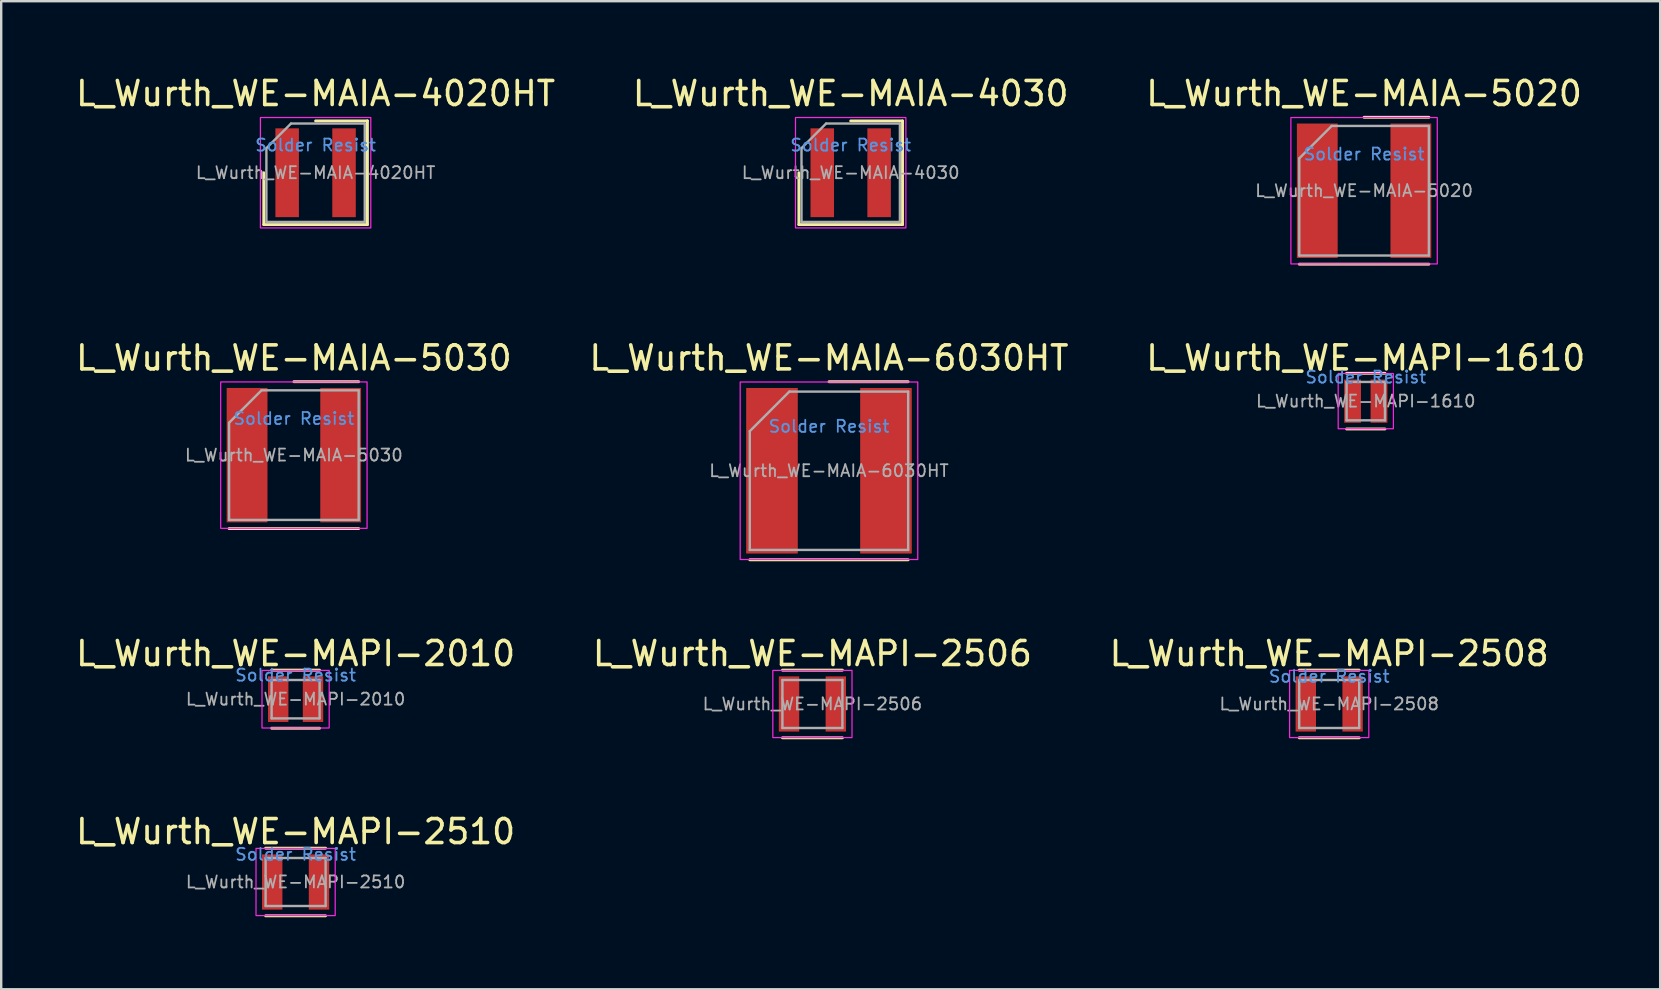
<source format=kicad_pcb>
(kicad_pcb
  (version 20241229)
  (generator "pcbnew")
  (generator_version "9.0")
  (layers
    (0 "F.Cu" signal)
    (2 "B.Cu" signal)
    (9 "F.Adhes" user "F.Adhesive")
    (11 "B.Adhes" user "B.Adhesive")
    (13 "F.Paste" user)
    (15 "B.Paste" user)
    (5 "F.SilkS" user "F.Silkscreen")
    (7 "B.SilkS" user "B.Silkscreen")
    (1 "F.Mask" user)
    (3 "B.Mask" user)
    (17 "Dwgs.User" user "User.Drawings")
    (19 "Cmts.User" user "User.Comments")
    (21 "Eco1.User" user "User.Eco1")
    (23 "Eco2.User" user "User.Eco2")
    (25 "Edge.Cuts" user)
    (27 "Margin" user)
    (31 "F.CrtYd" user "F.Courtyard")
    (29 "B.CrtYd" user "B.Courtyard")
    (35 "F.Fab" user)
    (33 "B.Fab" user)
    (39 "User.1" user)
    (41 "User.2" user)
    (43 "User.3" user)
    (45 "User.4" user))
  (footprint "L_Wurth_WE-MAIA-6030HT"
    (layer "F.Cu")
    (at 31.494 16.567)
    (property "Reference" "L_Wurth_WE-MAIA-6030HT" (at 0 -4.7 0) (unlocked yes) (layer "F.SilkS") (effects (font (size 1 1) (thickness 0.15))))
    (attr smd)
    (fp_line (start -3.3 3.71) (end 3.3 3.71) (stroke (width 0.12) (type solid)) (layer "F.SilkS"))
    (fp_line (start 0 -3.71) (end 3.3 -3.71) (stroke (width 0.12) (type solid)) (layer "F.SilkS"))
    (fp_rect (start -3.7 -3.7) (end 3.7 3.7) (stroke (width 0.05) (type solid)) (fill no) (layer "F.CrtYd"))
    (fp_line (start -3.3 -1.65) (end -3.3 3.3) (stroke (width 0.1) (type solid)) (layer "F.Fab"))
    (fp_line (start -3.3 3.3) (end 3.3 3.3) (stroke (width 0.1) (type solid)) (layer "F.Fab"))
    (fp_line (start -1.65 -3.3) (end -3.3 -1.65) (stroke (width 0.1) (type solid)) (layer "F.Fab"))
    (fp_line (start 3.3 -3.3) (end -1.65 -3.3) (stroke (width 0.1) (type solid)) (layer "F.Fab"))
    (fp_line (start 3.3 3.3) (end 3.3 -3.3) (stroke (width 0.1) (type solid)) (layer "F.Fab"))
    (fp_text user "Solder Resist" (at 0 -1.85 0) (unlocked yes) (layer "Cmts.User") (effects (font (size 0.5 0.5) (thickness 0.075))))
    (fp_text user "${REFERENCE}" (at 0 0 0) (unlocked yes) (layer "F.Fab") (effects (font (size 0.5 0.5) (thickness 0.075))))
    (pad "1" smd rect (at -2.375 0) (size 2.15 6.9) (layers "F.Cu" "F.Mask" "F.Paste"))
    (pad "2" smd rect (at 2.375 0) (size 2.15 6.9) (layers "F.Cu" "F.Mask" "F.Paste"))
    (zone (net_name "") (layers "F.Cu" "Dwgs.User") (name "Solder Resist") (hatch full 0.1) (connect_pads) (min_thickness 0.25) (filled_areas_thickness no) (keepout (tracks not_allowed) (vias not_allowed) (pads not_allowed) (copperpour not_allowed) (footprints not_allowed)) (placement (enabled no)) (fill) (polygon (pts (xy 30.194 20.267) (xy 32.794 20.267) (xy 32.794 12.867) (xy 30.194 12.867)))))
  (footprint "L_Wurth_WE-MAPI-2010"
    (layer "F.Cu")
    (at 9.268 26.085)
    (property "Reference" "L_Wurth_WE-MAPI-2010" (at 0 -1.9 0) (unlocked yes) (layer "F.SilkS") (effects (font (size 1 1) (thickness 0.15))))
    (attr smd)
    (fp_line (start -1 -1.21) (end 1 -1.21) (stroke (width 0.12) (type solid)) (layer "F.SilkS"))
    (fp_line (start -1 1.21) (end 1 1.21) (stroke (width 0.12) (type solid)) (layer "F.SilkS"))
    (fp_rect (start -1.4 -1.2) (end 1.4 1.2) (stroke (width 0.05) (type solid)) (fill no) (layer "F.CrtYd"))
    (fp_line (start -1 -0.8) (end 1 -0.8) (stroke (width 0.1) (type solid)) (layer "F.Fab"))
    (fp_line (start -1 0.8) (end -1 -0.8) (stroke (width 0.1) (type solid)) (layer "F.Fab"))
    (fp_line (start -1 0.8) (end 1 0.8) (stroke (width 0.1) (type solid)) (layer "F.Fab"))
    (fp_line (start 1 -0.8) (end 1 0.8) (stroke (width 0.1) (type solid)) (layer "F.Fab"))
    (fp_text user "Solder Resist" (at 0 -1 0) (unlocked yes) (layer "Cmts.User") (effects (font (size 0.5 0.5) (thickness 0.075))))
    (fp_text user "${REFERENCE}" (at 0 0 0) (unlocked yes) (layer "F.Fab") (effects (font (size 0.5 0.5) (thickness 0.075))))
    (pad "1" smd rect (at -0.725 0) (size 0.85 1.9) (layers "F.Cu" "F.Mask" "F.Paste"))
    (pad "2" smd rect (at 0.725 0) (size 0.85 1.9) (layers "F.Cu" "F.Mask" "F.Paste"))
    (zone (net_name "") (layers "F.Cu" "Dwgs.User") (name "Solder Resist") (hatch full 0.1) (connect_pads) (min_thickness 0.25) (filled_areas_thickness no) (keepout (tracks not_allowed) (vias not_allowed) (pads not_allowed) (copperpour not_allowed) (footprints not_allowed)) (placement (enabled no)) (fill) (polygon (pts (xy 8.968 24.885) (xy 8.968 27.285) (xy 9.568 27.285) (xy 9.568 24.885)))))
  (footprint "L_Wurth_WE-MAIA-4020HT"
    (layer "F.Cu")
    (at 10.101 4.148)
    (property "Reference" "L_Wurth_WE-MAIA-4020HT" (at 0 -3.3 0) (unlocked yes) (layer "F.SilkS") (effects (font (size 1 1) (thickness 0.15))))
    (attr smd)
    (fp_line (start -2.16 2.16) (end -2.16 0) (stroke (width 0.12) (type solid)) (layer "F.SilkS"))
    (fp_line (start -2.16 2.16) (end 2.16 2.16) (stroke (width 0.12) (type solid)) (layer "F.SilkS"))
    (fp_line (start 0 -2.16) (end 2.16 -2.16) (stroke (width 0.12) (type solid)) (layer "F.SilkS"))
    (fp_line (start 2.16 -2.16) (end 2.16 2.16) (stroke (width 0.12) (type solid)) (layer "F.SilkS"))
    (fp_rect (start -2.3 -2.3) (end 2.3 2.3) (stroke (width 0.05) (type solid)) (fill no) (layer "F.CrtYd"))
    (fp_line (start -2.05 -1.025) (end -2.05 2.05) (stroke (width 0.1) (type solid)) (layer "F.Fab"))
    (fp_line (start -2.05 2.05) (end 2.05 2.05) (stroke (width 0.1) (type solid)) (layer "F.Fab"))
    (fp_line (start -1.025 -2.05) (end -2.05 -1.025) (stroke (width 0.1) (type solid)) (layer "F.Fab"))
    (fp_line (start 2.05 -2.05) (end -1.025 -2.05) (stroke (width 0.1) (type solid)) (layer "F.Fab"))
    (fp_line (start 2.05 2.05) (end 2.05 -2.05) (stroke (width 0.1) (type solid)) (layer "F.Fab"))
    (fp_text user "Solder Resist" (at 0 -1.15 0) (unlocked yes) (layer "Cmts.User") (effects (font (size 0.5 0.5) (thickness 0.075))))
    (fp_text user "${REFERENCE}" (at 0 0 0) (unlocked yes) (layer "F.Fab") (effects (font (size 0.5 0.5) (thickness 0.075))))
    (pad "1" smd rect (at -1.185 0) (size 0.98 3.7) (layers "F.Cu" "F.Mask" "F.Paste"))
    (pad "2" smd rect (at 1.185 0) (size 0.98 3.7) (layers "F.Cu" "F.Mask" "F.Paste"))
    (zone (net_name "") (layers "F.Cu" "Dwgs.User") (name "Solder Resist") (hatch full 0.1) (connect_pads) (min_thickness 0.25) (filled_areas_thickness no) (keepout (tracks not_allowed) (vias not_allowed) (pads not_allowed) (copperpour not_allowed) (footprints not_allowed)) (placement (enabled no)) (fill) (polygon (pts (xy 9.406 6.448) (xy 10.796 6.448) (xy 10.796 1.848) (xy 9.406 1.848)))))
  (footprint "L_Wurth_WE-MAPI-2510"
    (layer "F.Cu")
    (at 9.268 33.703)
    (property "Reference" "L_Wurth_WE-MAPI-2510" (at 0 -2.1 0) (unlocked yes) (layer "F.SilkS") (effects (font (size 1 1) (thickness 0.15))))
    (attr smd)
    (fp_line (start -1.25 -1.41) (end 1.25 -1.41) (stroke (width 0.12) (type solid)) (layer "F.SilkS"))
    (fp_line (start -1.25 1.41) (end 1.25 1.41) (stroke (width 0.12) (type solid)) (layer "F.SilkS"))
    (fp_rect (start -1.65 -1.4) (end 1.65 1.4) (stroke (width 0.05) (type solid)) (fill no) (layer "F.CrtYd"))
    (fp_line (start -1.25 -1) (end 1.25 -1) (stroke (width 0.1) (type solid)) (layer "F.Fab"))
    (fp_line (start -1.25 1) (end -1.25 -1) (stroke (width 0.1) (type solid)) (layer "F.Fab"))
    (fp_line (start -1.25 1) (end 1.25 1) (stroke (width 0.1) (type solid)) (layer "F.Fab"))
    (fp_line (start 1.25 -1) (end 1.25 1) (stroke (width 0.1) (type solid)) (layer "F.Fab"))
    (fp_text user "Solder Resist" (at 0 -1.15 0) (unlocked yes) (layer "Cmts.User") (effects (font (size 0.5 0.5) (thickness 0.075))))
    (fp_text user "${REFERENCE}" (at 0 0 0) (unlocked yes) (layer "F.Fab") (effects (font (size 0.5 0.5) (thickness 0.075))))
    (pad "1" smd rect (at -0.975 0) (size 0.85 2.3) (layers "F.Cu" "F.Mask" "F.Paste"))
    (pad "2" smd rect (at 0.975 0) (size 0.85 2.3) (layers "F.Cu" "F.Mask" "F.Paste"))
    (zone (net_name "") (layers "F.Cu" "Dwgs.User") (name "Solder Resist") (hatch full 0.1) (connect_pads) (min_thickness 0.25) (filled_areas_thickness no) (keepout (tracks not_allowed) (vias not_allowed) (pads not_allowed) (copperpour not_allowed) (footprints not_allowed)) (placement (enabled no)) (fill) (polygon (pts (xy 8.718 32.353) (xy 8.718 35.153) (xy 9.818 35.153) (xy 9.818 32.353)))))
  (footprint "L_Wurth_WE-MAPI-2508"
    (layer "F.Cu")
    (at 52.339 26.285)
    (property "Reference" "L_Wurth_WE-MAPI-2508" (at 0 -2.1 0) (unlocked yes) (layer "F.SilkS") (effects (font (size 1 1) (thickness 0.15))))
    (attr smd)
    (fp_line (start -1.25 -1.41) (end 1.25 -1.41) (stroke (width 0.12) (type solid)) (layer "F.SilkS"))
    (fp_line (start -1.25 1.41) (end 1.25 1.41) (stroke (width 0.12) (type solid)) (layer "F.SilkS"))
    (fp_rect (start -1.65 -1.4) (end 1.65 1.4) (stroke (width 0.05) (type solid)) (fill no) (layer "F.CrtYd"))
    (fp_line (start -1.25 -1) (end 1.25 -1) (stroke (width 0.1) (type solid)) (layer "F.Fab"))
    (fp_line (start -1.25 1) (end -1.25 -1) (stroke (width 0.1) (type solid)) (layer "F.Fab"))
    (fp_line (start -1.25 1) (end 1.25 1) (stroke (width 0.1) (type solid)) (layer "F.Fab"))
    (fp_line (start 1.25 -1) (end 1.25 1) (stroke (width 0.1) (type solid)) (layer "F.Fab"))
    (fp_text user "Solder Resist" (at 0 -1.15 0) (unlocked yes) (layer "Cmts.User") (effects (font (size 0.5 0.5) (thickness 0.075))))
    (fp_text user "${REFERENCE}" (at 0 0 0) (unlocked yes) (layer "F.Fab") (effects (font (size 0.5 0.5) (thickness 0.075))))
    (pad "1" smd rect (at -0.975 0) (size 0.85 2.3) (layers "F.Cu" "F.Mask" "F.Paste"))
    (pad "2" smd rect (at 0.975 0) (size 0.85 2.3) (layers "F.Cu" "F.Mask" "F.Paste"))
    (zone (net_name "") (layers "F.Cu" "Dwgs.User") (name "Solder Resist") (hatch full 0.1) (connect_pads) (min_thickness 0.25) (filled_areas_thickness no) (keepout (tracks not_allowed) (vias not_allowed) (pads not_allowed) (copperpour not_allowed) (footprints not_allowed)) (placement (enabled no)) (fill) (polygon (pts (xy 51.789 24.935) (xy 51.789 27.735) (xy 52.889 27.735) (xy 52.889 24.935)))))
  (footprint "L_Wurth_WE-MAIA-5020"
    (layer "F.Cu")
    (at 53.792 4.898)
    (property "Reference" "L_Wurth_WE-MAIA-5020" (at 0 -4.05 0) (unlocked yes) (layer "F.SilkS") (effects (font (size 1 1) (thickness 0.15))))
    (attr smd)
    (fp_line (start -2.7 3.06) (end 2.7 3.06) (stroke (width 0.12) (type solid)) (layer "F.SilkS"))
    (fp_line (start 0 -3.06) (end 2.7 -3.06) (stroke (width 0.12) (type solid)) (layer "F.SilkS"))
    (fp_rect (start -3.05 -3.05) (end 3.05 3.05) (stroke (width 0.05) (type solid)) (fill no) (layer "F.CrtYd"))
    (fp_line (start -2.7 -1.35) (end -2.7 2.7) (stroke (width 0.1) (type solid)) (layer "F.Fab"))
    (fp_line (start -2.7 2.7) (end 2.7 2.7) (stroke (width 0.1) (type solid)) (layer "F.Fab"))
    (fp_line (start -1.35 -2.7) (end -2.7 -1.35) (stroke (width 0.1) (type solid)) (layer "F.Fab"))
    (fp_line (start 2.7 -2.7) (end -1.35 -2.7) (stroke (width 0.1) (type solid)) (layer "F.Fab"))
    (fp_line (start 2.7 2.7) (end 2.7 -2.7) (stroke (width 0.1) (type solid)) (layer "F.Fab"))
    (fp_text user "Solder Resist" (at 0 -1.525 0) (unlocked yes) (layer "Cmts.User") (effects (font (size 0.5 0.5) (thickness 0.075))))
    (fp_text user "${REFERENCE}" (at 0 0 0) (unlocked yes) (layer "F.Fab") (effects (font (size 0.5 0.5) (thickness 0.075))))
    (pad "1" smd rect (at -1.95 0) (size 1.7 5.6) (layers "F.Cu" "F.Mask" "F.Paste"))
    (pad "2" smd rect (at 1.95 0) (size 1.7 5.6) (layers "F.Cu" "F.Mask" "F.Paste"))
    (zone (net_name "") (layers "F.Cu" "Dwgs.User") (name "Solder Resist") (hatch full 0.1) (connect_pads) (min_thickness 0.25) (filled_areas_thickness no) (keepout (tracks not_allowed) (vias not_allowed) (pads not_allowed) (copperpour not_allowed) (footprints not_allowed)) (placement (enabled no)) (fill) (polygon (pts (xy 52.692 7.948) (xy 54.892 7.948) (xy 54.892 1.848) (xy 52.692 1.848)))))
  (footprint "L_Wurth_WE-MAPI-2506"
    (layer "F.Cu")
    (at 30.804 26.285)
    (property "Reference" "L_Wurth_WE-MAPI-2506" (at 0 -2.1 0) (unlocked yes) (layer "F.SilkS") (effects (font (size 1 1) (thickness 0.15))))
    (attr smd)
    (fp_line (start -1.25 -1.41) (end 1.25 -1.41) (stroke (width 0.12) (type solid)) (layer "F.SilkS"))
    (fp_line (start -1.25 1.41) (end 1.25 1.41) (stroke (width 0.12) (type solid)) (layer "F.SilkS"))
    (fp_rect (start -1.65 -1.4) (end 1.65 1.4) (stroke (width 0.05) (type solid)) (fill no) (layer "F.CrtYd"))
    (fp_line (start -1.25 -1) (end 1.25 -1) (stroke (width 0.1) (type solid)) (layer "F.Fab"))
    (fp_line (start -1.25 1) (end -1.25 -1) (stroke (width 0.1) (type solid)) (layer "F.Fab"))
    (fp_line (start -1.25 1) (end 1.25 1) (stroke (width 0.1) (type solid)) (layer "F.Fab"))
    (fp_line (start 1.25 -1) (end 1.25 1) (stroke (width 0.1) (type solid)) (layer "F.Fab"))
    (fp_text user "${REFERENCE}" (at 0 0 0) (unlocked yes) (layer "F.Fab") (effects (font (size 0.5 0.5) (thickness 0.075))))
    (pad "1" smd rect (at -0.975 0) (size 0.85 2.3) (layers "F.Cu" "F.Mask" "F.Paste"))
    (pad "2" smd rect (at 0.975 0) (size 0.85 2.3) (layers "F.Cu" "F.Mask" "F.Paste")))
  (footprint "L_Wurth_WE-MAPI-1610"
    (layer "F.Cu")
    (at 53.863 13.666)
    (property "Reference" "L_Wurth_WE-MAPI-1610" (at 0 -1.8 0) (unlocked yes) (layer "F.SilkS") (effects (font (size 1 1) (thickness 0.15))))
    (attr smd)
    (fp_line (start -0.8 -1.16) (end 0.8 -1.16) (stroke (width 0.12) (type solid)) (layer "F.SilkS"))
    (fp_line (start -0.8 1.16) (end 0.8 1.16) (stroke (width 0.12) (type solid)) (layer "F.SilkS"))
    (fp_rect (start -1.15 -1.15) (end 1.15 1.15) (stroke (width 0.05) (type solid)) (fill no) (layer "F.CrtYd"))
    (fp_line (start -0.8 -0.8) (end 0.8 -0.8) (stroke (width 0.1) (type solid)) (layer "F.Fab"))
    (fp_line (start -0.8 0.8) (end -0.8 -0.8) (stroke (width 0.1) (type solid)) (layer "F.Fab"))
    (fp_line (start -0.8 0.8) (end 0.8 0.8) (stroke (width 0.1) (type solid)) (layer "F.Fab"))
    (fp_line (start 0.8 -0.8) (end 0.8 0.8) (stroke (width 0.1) (type solid)) (layer "F.Fab"))
    (fp_text user "Solder Resist" (at 0 -1 0) (unlocked yes) (layer "Cmts.User") (effects (font (size 0.5 0.5) (thickness 0.075))))
    (fp_text user "${REFERENCE}" (at 0 0 0) (unlocked yes) (layer "F.Fab") (effects (font (size 0.5 0.5) (thickness 0.075))))
    (pad "1" smd rect (at -0.55 0) (size 0.7 1.8) (layers "F.Cu" "F.Mask" "F.Paste"))
    (pad "2" smd rect (at 0.55 0) (size 0.7 1.8) (layers "F.Cu" "F.Mask" "F.Paste"))
    (zone (net_name "") (layer "Dwgs.User") (name "Solder Resist") (hatch full 0.1) (connect_pads) (min_thickness 0.25) (filled_areas_thickness no) (keepout (tracks not_allowed) (vias not_allowed) (pads not_allowed) (copperpour not_allowed) (footprints not_allowed)) (placement (enabled no)) (fill) (polygon (pts (xy 53.663 12.517) (xy 53.663 14.816) (xy 54.063 14.816) (xy 54.063 12.517)))))
  (footprint "L_Wurth_WE-MAIA-5030"
    (layer "F.Cu")
    (at 9.196 15.916)
    (property "Reference" "L_Wurth_WE-MAIA-5030" (at 0 -4.05 0) (unlocked yes) (layer "F.SilkS") (effects (font (size 1 1) (thickness 0.15))))
    (attr smd)
    (fp_line (start -2.7 3.06) (end 2.7 3.06) (stroke (width 0.12) (type solid)) (layer "F.SilkS"))
    (fp_line (start 0 -3.06) (end 2.7 -3.06) (stroke (width 0.12) (type solid)) (layer "F.SilkS"))
    (fp_rect (start -3.05 -3.05) (end 3.05 3.05) (stroke (width 0.05) (type solid)) (fill no) (layer "F.CrtYd"))
    (fp_line (start -2.7 -1.35) (end -2.7 2.7) (stroke (width 0.1) (type solid)) (layer "F.Fab"))
    (fp_line (start -2.7 2.7) (end 2.7 2.7) (stroke (width 0.1) (type solid)) (layer "F.Fab"))
    (fp_line (start -1.35 -2.7) (end -2.7 -1.35) (stroke (width 0.1) (type solid)) (layer "F.Fab"))
    (fp_line (start 2.7 -2.7) (end -1.35 -2.7) (stroke (width 0.1) (type solid)) (layer "F.Fab"))
    (fp_line (start 2.7 2.7) (end 2.7 -2.7) (stroke (width 0.1) (type solid)) (layer "F.Fab"))
    (fp_text user "Solder Resist" (at 0 -1.525 0) (unlocked yes) (layer "Cmts.User") (effects (font (size 0.5 0.5) (thickness 0.075))))
    (fp_text user "${REFERENCE}" (at 0 0 0) (unlocked yes) (layer "F.Fab") (effects (font (size 0.5 0.5) (thickness 0.075))))
    (pad "1" smd rect (at -1.95 0) (size 1.7 5.6) (layers "F.Cu" "F.Mask" "F.Paste"))
    (pad "2" smd rect (at 1.95 0) (size 1.7 5.6) (layers "F.Cu" "F.Mask" "F.Paste"))
    (zone (net_name "") (layers "F.Cu" "Dwgs.User") (name "Solder Resist") (hatch full 0.1) (connect_pads) (min_thickness 0.25) (filled_areas_thickness no) (keepout (tracks not_allowed) (vias not_allowed) (pads not_allowed) (copperpour not_allowed) (footprints not_allowed)) (placement (enabled no)) (fill) (polygon (pts (xy 8.096 18.966) (xy 10.296 18.966) (xy 10.296 12.867) (xy 8.096 12.867)))))
  (footprint "L_Wurth_WE-MAIA-4030"
    (layer "F.Cu")
    (at 32.399 4.148)
    (property "Reference" "L_Wurth_WE-MAIA-4030" (at 0 -3.3 0) (unlocked yes) (layer "F.SilkS") (effects (font (size 1 1) (thickness 0.15))))
    (attr smd)
    (fp_line (start -2.16 2.16) (end -2.16 0) (stroke (width 0.12) (type solid)) (layer "F.SilkS"))
    (fp_line (start -2.16 2.16) (end 2.16 2.16) (stroke (width 0.12) (type solid)) (layer "F.SilkS"))
    (fp_line (start 0 -2.16) (end 2.16 -2.16) (stroke (width 0.12) (type solid)) (layer "F.SilkS"))
    (fp_line (start 2.16 -2.16) (end 2.16 2.16) (stroke (width 0.12) (type solid)) (layer "F.SilkS"))
    (fp_rect (start -2.3 -2.3) (end 2.3 2.3) (stroke (width 0.05) (type solid)) (fill no) (layer "F.CrtYd"))
    (fp_line (start -2.05 -1.025) (end -2.05 2.05) (stroke (width 0.1) (type solid)) (layer "F.Fab"))
    (fp_line (start -2.05 2.05) (end 2.05 2.05) (stroke (width 0.1) (type solid)) (layer "F.Fab"))
    (fp_line (start -1.025 -2.05) (end -2.05 -1.025) (stroke (width 0.1) (type solid)) (layer "F.Fab"))
    (fp_line (start 2.05 -2.05) (end -1.025 -2.05) (stroke (width 0.1) (type solid)) (layer "F.Fab"))
    (fp_line (start 2.05 2.05) (end 2.05 -2.05) (stroke (width 0.1) (type solid)) (layer "F.Fab"))
    (fp_text user "Solder Resist" (at 0 -1.15 0) (unlocked yes) (layer "Cmts.User") (effects (font (size 0.5 0.5) (thickness 0.075))))
    (fp_text user "${REFERENCE}" (at 0 0 0) (unlocked yes) (layer "F.Fab") (effects (font (size 0.5 0.5) (thickness 0.075))))
    (pad "1" smd rect (at -1.185 0) (size 0.98 3.7) (layers "F.Cu" "F.Mask" "F.Paste"))
    (pad "2" smd rect (at 1.185 0) (size 0.98 3.7) (layers "F.Cu" "F.Mask" "F.Paste"))
    (zone (net_name "") (layers "F.Cu" "Dwgs.User") (name "Solder Resist") (hatch full 0.1) (connect_pads) (min_thickness 0.25) (filled_areas_thickness no) (keepout (tracks not_allowed) (vias not_allowed) (pads not_allowed) (copperpour not_allowed) (footprints not_allowed)) (placement (enabled no)) (fill) (polygon (pts (xy 31.704 6.448) (xy 33.094 6.448) (xy 33.094 1.848) (xy 31.704 1.848)))))
  (gr_rect
    (start -3 -3)
    (end 66.131 38.173)
    (stroke (width 0.1) (type default))
    (fill no)
    (layer "Edge.Cuts")))
</source>
